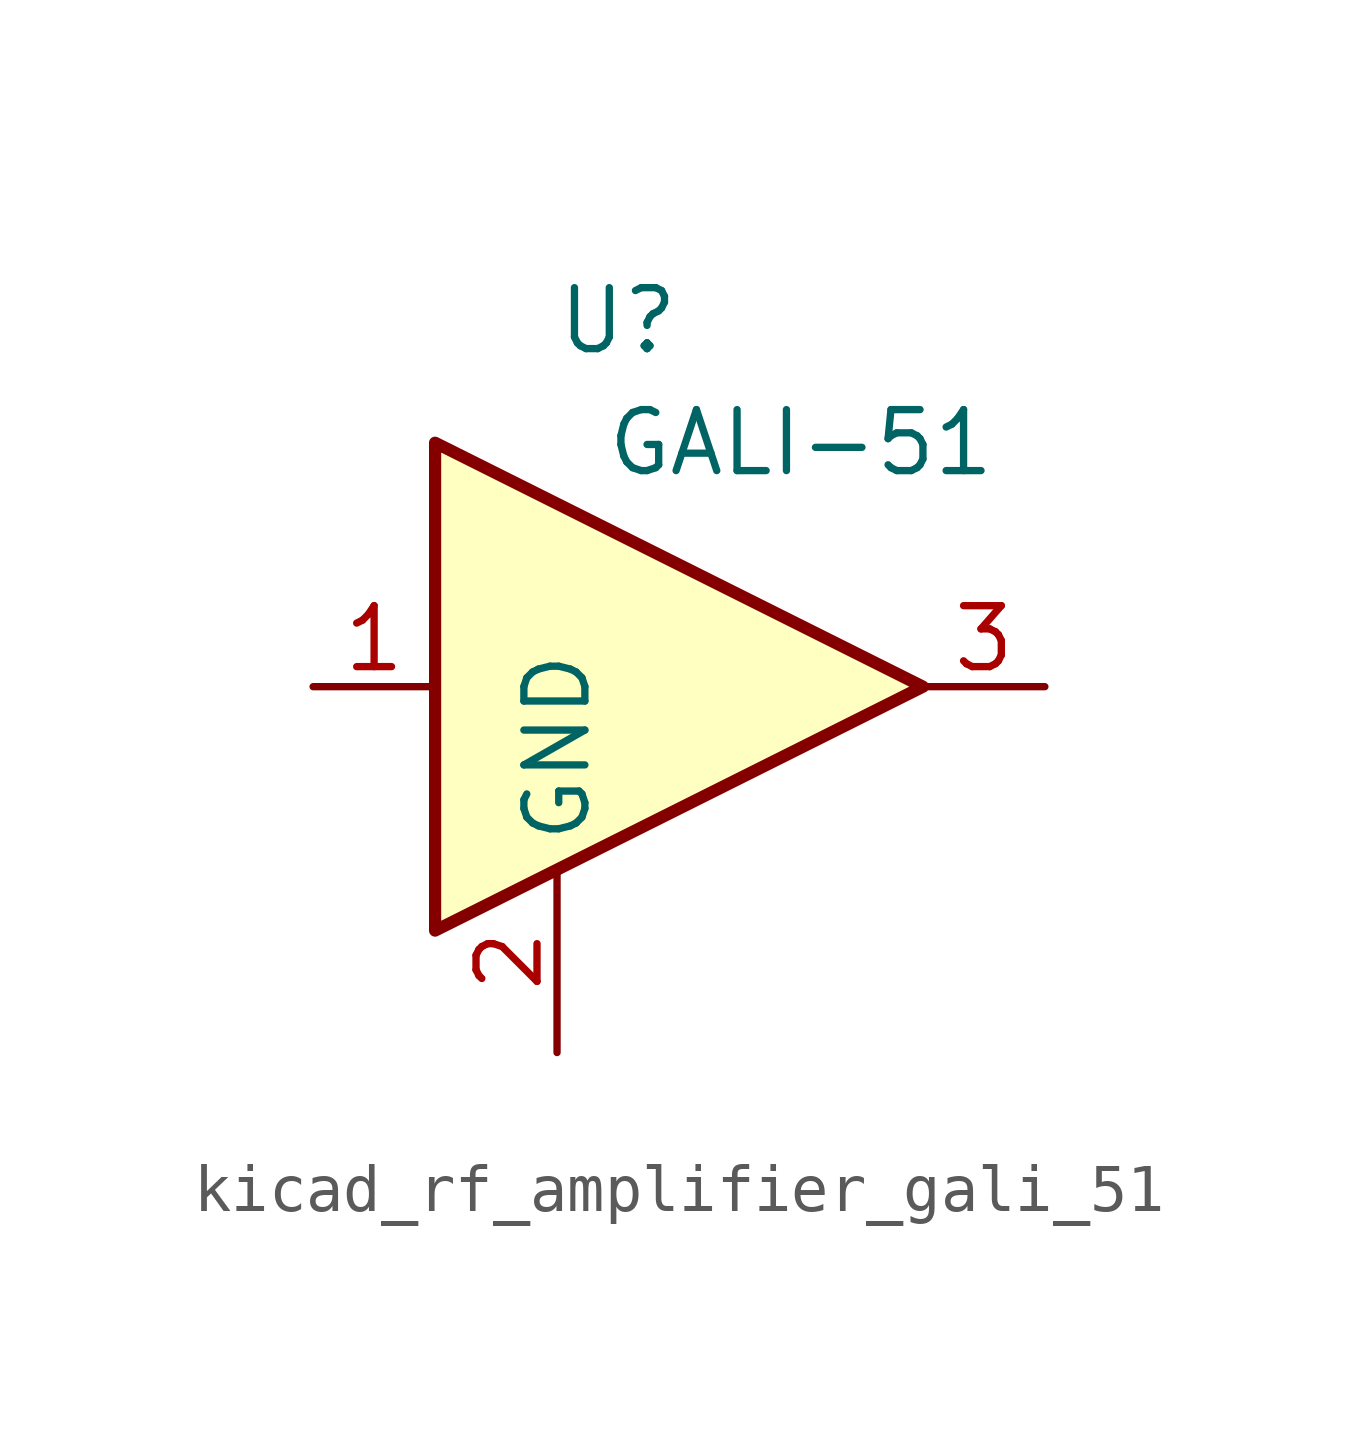
<source format=kicad_sym>
(kicad_symbol_lib
  (version 20220914)
  (generator kicad_symbol_editor)
  (symbol "kicad_rf_amplifier_gali_51"
    (property "Reference" "U"
      (at -1.27 7.62 0)
      (effects (font (size 1.27 1.27))))
    (property "Value" "GALI-51"
      (at 2.54 5.08 0)
      (effects (font (size 1.27 1.27))))
    (symbol "kicad_rf_amplifier_gali_51_0_1"
      (polyline (pts (xy 5.08 0) (xy -5.08 5.08) (xy -5.08 -5.08) (xy 5.08 0)) (stroke (width 0.254) (type default)) (fill (type background))))
    (symbol "kicad_rf_amplifier_gali_51_1_1"
      (pin input line (at -7.62 0 0) (length 2.54) (name "~" (effects (font (size 1.27 1.27)))) (number "1" (effects (font (size 1.27 1.27)))))
      (pin power_in line (at -2.54 -7.62 90) (length 3.81) (name "GND" (effects (font (size 1.27 1.27)))) (number "2" (effects (font (size 1.27 1.27)))))
      (pin output line (at 7.62 0 180) (length 2.54) (name "~" (effects (font (size 1.27 1.27)))) (number "3" (effects (font (size 1.27 1.27))))))))
</source>
